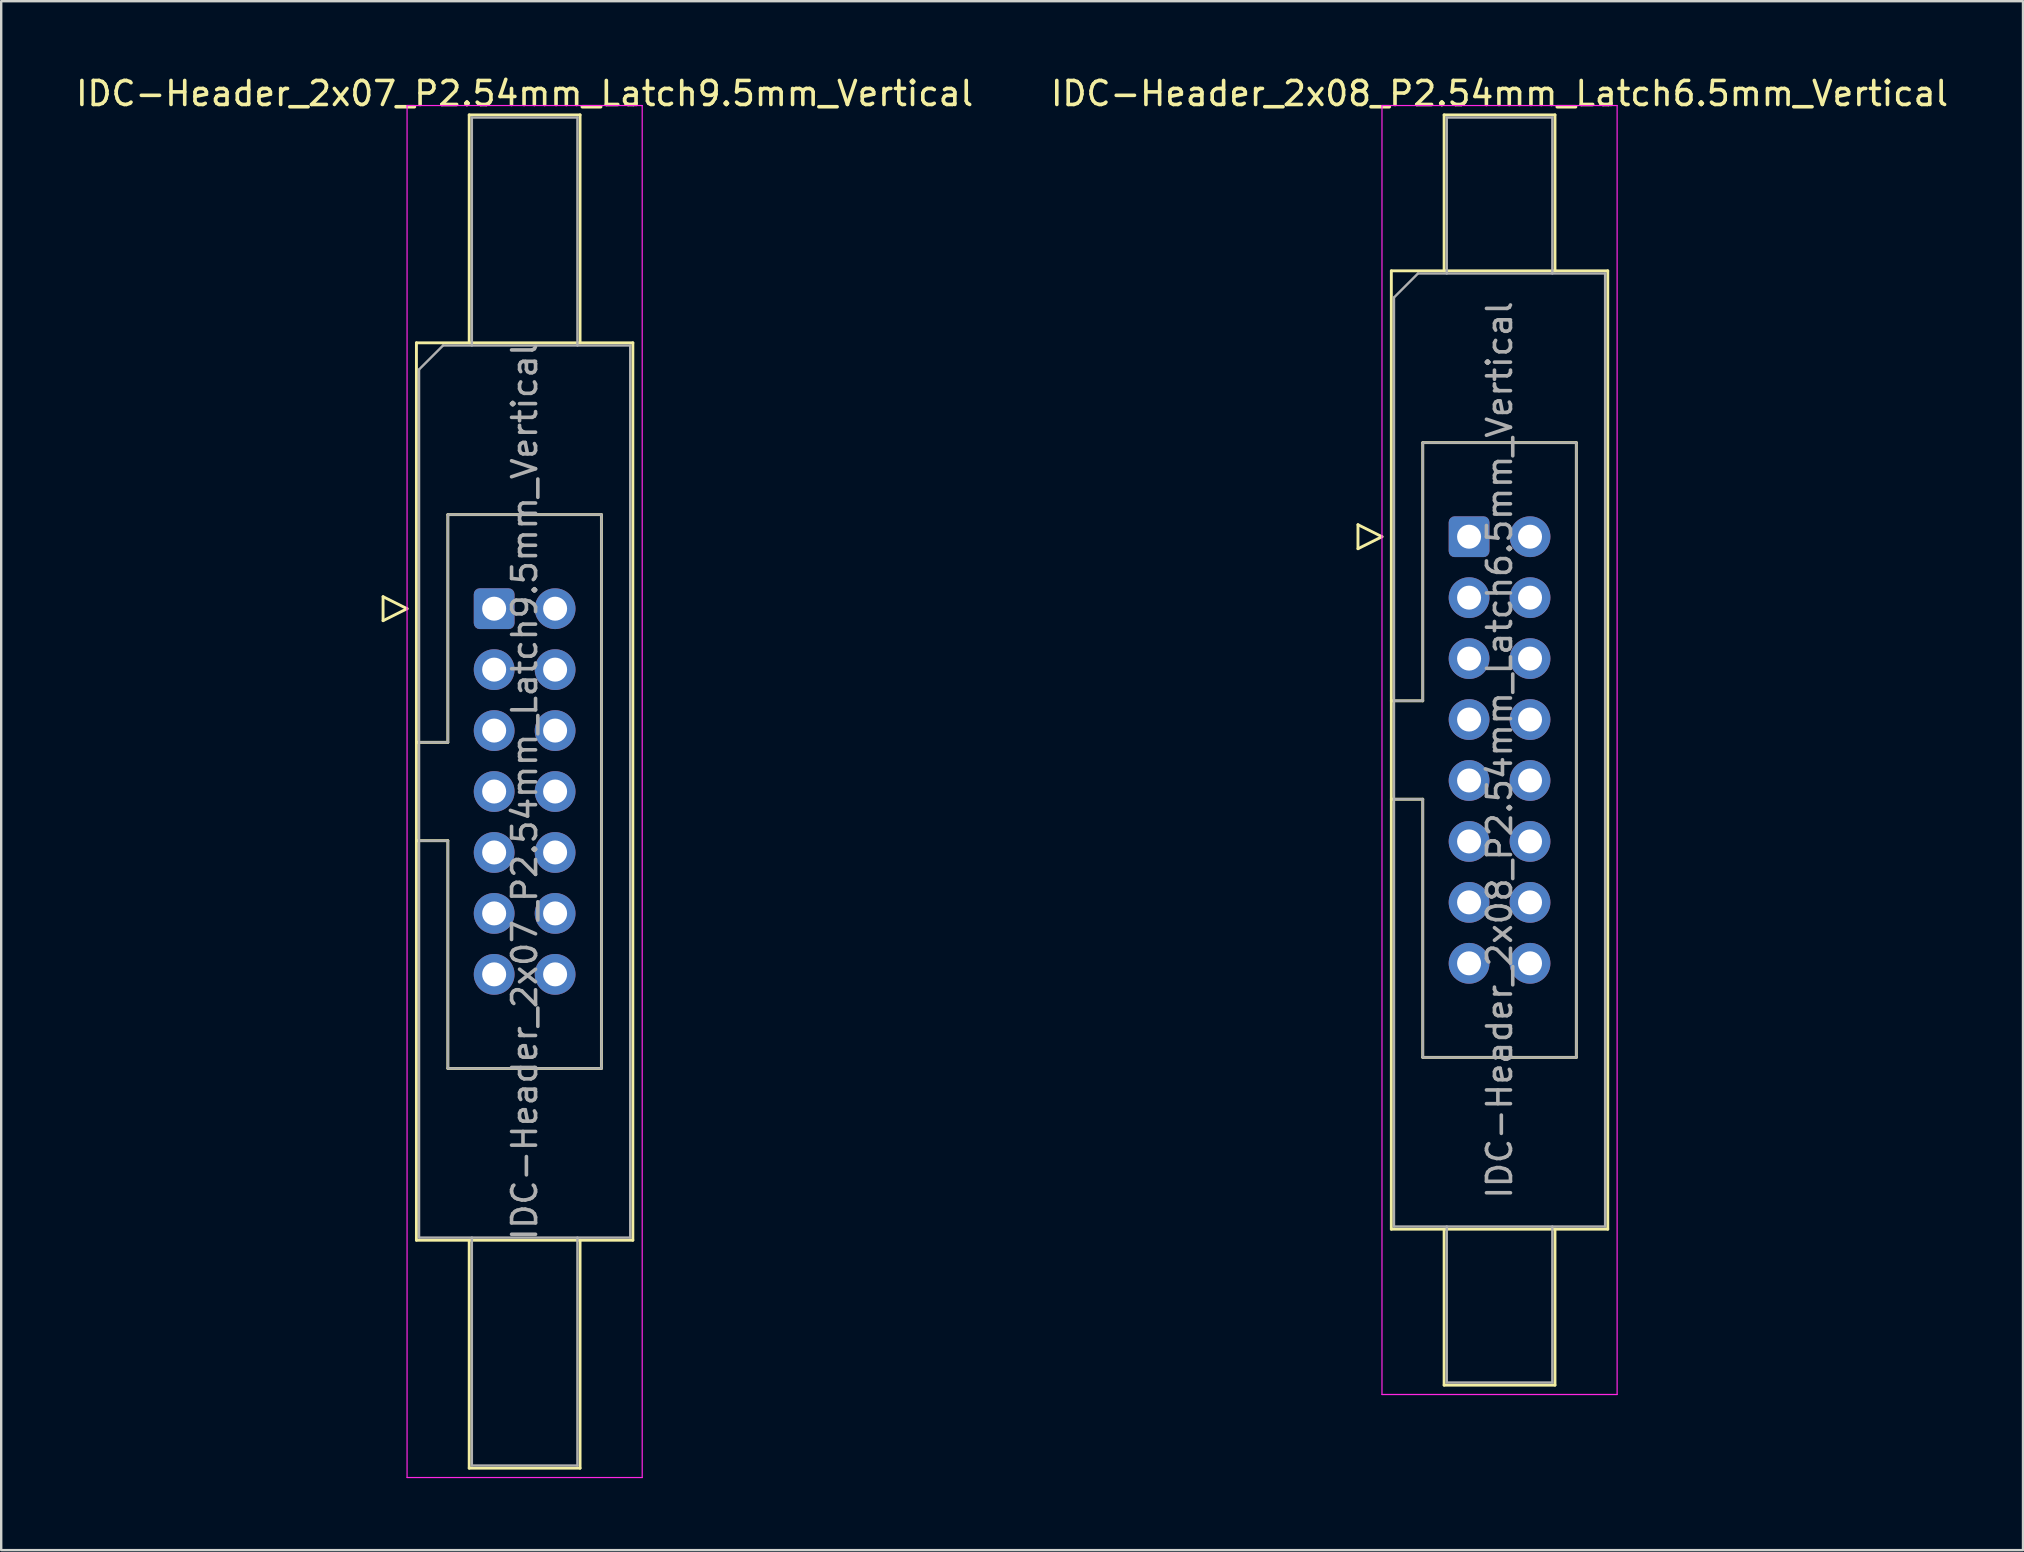
<source format=kicad_pcb>
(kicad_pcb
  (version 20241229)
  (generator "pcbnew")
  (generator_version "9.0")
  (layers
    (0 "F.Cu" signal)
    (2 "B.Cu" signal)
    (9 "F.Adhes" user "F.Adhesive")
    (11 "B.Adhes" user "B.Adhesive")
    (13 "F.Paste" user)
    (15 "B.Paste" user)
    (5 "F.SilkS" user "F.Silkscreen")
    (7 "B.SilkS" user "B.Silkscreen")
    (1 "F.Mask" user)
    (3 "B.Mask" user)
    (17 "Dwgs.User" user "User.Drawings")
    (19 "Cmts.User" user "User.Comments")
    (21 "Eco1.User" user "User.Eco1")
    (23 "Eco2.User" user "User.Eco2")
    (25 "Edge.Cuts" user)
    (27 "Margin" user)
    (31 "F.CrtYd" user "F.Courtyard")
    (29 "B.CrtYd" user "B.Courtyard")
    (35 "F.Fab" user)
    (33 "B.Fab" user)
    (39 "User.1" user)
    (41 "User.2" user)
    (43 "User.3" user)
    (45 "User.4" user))
  (footprint "IDC-Header_2x08_P2.54mm_Latch6.5mm_Vertical"
    (layer "F.Cu")
    (at 58.176 19.318)
    (property "Reference" "IDC-Header_2x08_P2.54mm_Latch6.5mm_Vertical" (at 1.27 -18.47 0) (layer "F.SilkS") (effects (font (size 1 1) (thickness 0.15))))
    (attr through_hole)
    (fp_line (start -4.63 -0.5) (end -4.63 0.5) (stroke (width 0.12) (type solid)) (layer "F.SilkS"))
    (fp_line (start -4.63 0.5) (end -3.63 0) (stroke (width 0.12) (type solid)) (layer "F.SilkS"))
    (fp_line (start -3.63 0) (end -4.63 -0.5) (stroke (width 0.12) (type solid)) (layer "F.SilkS"))
    (fp_line (start -3.24 -11.08) (end 5.78 -11.08) (stroke (width 0.12) (type solid)) (layer "F.SilkS"))
    (fp_line (start -3.24 6.84) (end -1.93 6.84) (stroke (width 0.12) (type solid)) (layer "F.SilkS"))
    (fp_line (start -3.24 28.86) (end -3.24 -11.08) (stroke (width 0.12) (type solid)) (layer "F.SilkS"))
    (fp_line (start -1.93 -3.92) (end 4.47 -3.92) (stroke (width 0.12) (type solid)) (layer "F.SilkS"))
    (fp_line (start -1.93 6.84) (end -1.93 -3.92) (stroke (width 0.12) (type solid)) (layer "F.SilkS"))
    (fp_line (start -1.93 10.94) (end -3.24 10.94) (stroke (width 0.12) (type solid)) (layer "F.SilkS"))
    (fp_line (start -1.93 21.7) (end -1.93 10.94) (stroke (width 0.12) (type solid)) (layer "F.SilkS"))
    (fp_line (start -1.04 -17.58) (end 3.58 -17.58) (stroke (width 0.12) (type solid)) (layer "F.SilkS"))
    (fp_line (start -1.04 -11.08) (end -1.04 -17.58) (stroke (width 0.12) (type solid)) (layer "F.SilkS"))
    (fp_line (start -1.04 28.86) (end -1.04 35.36) (stroke (width 0.12) (type solid)) (layer "F.SilkS"))
    (fp_line (start -1.04 35.36) (end 3.58 35.36) (stroke (width 0.12) (type solid)) (layer "F.SilkS"))
    (fp_line (start 3.58 -17.58) (end 3.58 -11.08) (stroke (width 0.12) (type solid)) (layer "F.SilkS"))
    (fp_line (start 3.58 35.36) (end 3.58 28.86) (stroke (width 0.12) (type solid)) (layer "F.SilkS"))
    (fp_line (start 4.47 -3.92) (end 4.47 21.7) (stroke (width 0.12) (type solid)) (layer "F.SilkS"))
    (fp_line (start 4.47 21.7) (end -1.93 21.7) (stroke (width 0.12) (type solid)) (layer "F.SilkS"))
    (fp_line (start 5.78 -11.08) (end 5.78 28.86) (stroke (width 0.12) (type solid)) (layer "F.SilkS"))
    (fp_line (start 5.78 28.86) (end -3.24 28.86) (stroke (width 0.12) (type solid)) (layer "F.SilkS"))
    (fp_line (start -3.63 -17.97) (end -3.63 35.75) (stroke (width 0.05) (type solid)) (layer "F.CrtYd"))
    (fp_line (start -3.63 35.75) (end 6.17 35.75) (stroke (width 0.05) (type solid)) (layer "F.CrtYd"))
    (fp_line (start 6.17 -17.97) (end -3.63 -17.97) (stroke (width 0.05) (type solid)) (layer "F.CrtYd"))
    (fp_line (start 6.17 35.75) (end 6.17 -17.97) (stroke (width 0.05) (type solid)) (layer "F.CrtYd"))
    (fp_line (start -3.13 -9.97) (end -2.13 -10.97) (stroke (width 0.1) (type solid)) (layer "F.Fab"))
    (fp_line (start -3.13 6.84) (end -1.93 6.84) (stroke (width 0.1) (type solid)) (layer "F.Fab"))
    (fp_line (start -3.13 28.75) (end -3.13 -9.97) (stroke (width 0.1) (type solid)) (layer "F.Fab"))
    (fp_line (start -2.13 -10.97) (end 5.67 -10.97) (stroke (width 0.1) (type solid)) (layer "F.Fab"))
    (fp_line (start -1.93 -3.92) (end 4.47 -3.92) (stroke (width 0.1) (type solid)) (layer "F.Fab"))
    (fp_line (start -1.93 6.84) (end -1.93 -3.92) (stroke (width 0.1) (type solid)) (layer "F.Fab"))
    (fp_line (start -1.93 10.94) (end -3.13 10.94) (stroke (width 0.1) (type solid)) (layer "F.Fab"))
    (fp_line (start -1.93 21.7) (end -1.93 10.94) (stroke (width 0.1) (type solid)) (layer "F.Fab"))
    (fp_line (start -0.93 -17.47) (end 3.47 -17.47) (stroke (width 0.1) (type solid)) (layer "F.Fab"))
    (fp_line (start -0.93 -10.97) (end -0.93 -17.47) (stroke (width 0.1) (type solid)) (layer "F.Fab"))
    (fp_line (start -0.93 28.75) (end -0.93 35.25) (stroke (width 0.1) (type solid)) (layer "F.Fab"))
    (fp_line (start -0.93 35.25) (end 3.47 35.25) (stroke (width 0.1) (type solid)) (layer "F.Fab"))
    (fp_line (start 3.47 -17.47) (end 3.47 -10.97) (stroke (width 0.1) (type solid)) (layer "F.Fab"))
    (fp_line (start 3.47 35.25) (end 3.47 28.75) (stroke (width 0.1) (type solid)) (layer "F.Fab"))
    (fp_line (start 4.47 -3.92) (end 4.47 21.7) (stroke (width 0.1) (type solid)) (layer "F.Fab"))
    (fp_line (start 4.47 21.7) (end -1.93 21.7) (stroke (width 0.1) (type solid)) (layer "F.Fab"))
    (fp_line (start 5.67 -10.97) (end 5.67 28.75) (stroke (width 0.1) (type solid)) (layer "F.Fab"))
    (fp_line (start 5.67 28.75) (end -3.13 28.75) (stroke (width 0.1) (type solid)) (layer "F.Fab"))
    (fp_text user "${REFERENCE}" (at 1.27 8.89 90) (layer "F.Fab") (effects (font (size 1 1) (thickness 0.15))))
    (pad "1" thru_hole roundrect (at 0 0) (size 1.7 1.7) (drill 1) (layers "*.Cu" "*.Mask") (roundrect_rratio 0.147))
    (pad "2" thru_hole circle (at 2.54 0) (size 1.7 1.7) (drill 1) (layers "*.Cu" "*.Mask"))
    (pad "3" thru_hole circle (at 0 2.54) (size 1.7 1.7) (drill 1) (layers "*.Cu" "*.Mask"))
    (pad "4" thru_hole circle (at 2.54 2.54) (size 1.7 1.7) (drill 1) (layers "*.Cu" "*.Mask"))
    (pad "5" thru_hole circle (at 0 5.08) (size 1.7 1.7) (drill 1) (layers "*.Cu" "*.Mask"))
    (pad "6" thru_hole circle (at 2.54 5.08) (size 1.7 1.7) (drill 1) (layers "*.Cu" "*.Mask"))
    (pad "7" thru_hole circle (at 0 7.62) (size 1.7 1.7) (drill 1) (layers "*.Cu" "*.Mask"))
    (pad "8" thru_hole circle (at 2.54 7.62) (size 1.7 1.7) (drill 1) (layers "*.Cu" "*.Mask"))
    (pad "9" thru_hole circle (at 0 10.16) (size 1.7 1.7) (drill 1) (layers "*.Cu" "*.Mask"))
    (pad "10" thru_hole circle (at 2.54 10.16) (size 1.7 1.7) (drill 1) (layers "*.Cu" "*.Mask"))
    (pad "11" thru_hole circle (at 0 12.7) (size 1.7 1.7) (drill 1) (layers "*.Cu" "*.Mask"))
    (pad "12" thru_hole circle (at 2.54 12.7) (size 1.7 1.7) (drill 1) (layers "*.Cu" "*.Mask"))
    (pad "13" thru_hole circle (at 0 15.24) (size 1.7 1.7) (drill 1) (layers "*.Cu" "*.Mask"))
    (pad "14" thru_hole circle (at 2.54 15.24) (size 1.7 1.7) (drill 1) (layers "*.Cu" "*.Mask"))
    (pad "15" thru_hole circle (at 0 17.78) (size 1.7 1.7) (drill 1) (layers "*.Cu" "*.Mask"))
    (pad "16" thru_hole circle (at 2.54 17.78) (size 1.7 1.7) (drill 1) (layers "*.Cu" "*.Mask")))
  (footprint "IDC-Header_2x07_P2.54mm_Latch9.5mm_Vertical"
    (layer "F.Cu")
    (at 17.545 22.318)
    (property "Reference" "IDC-Header_2x07_P2.54mm_Latch9.5mm_Vertical" (at 1.27 -21.47 0) (layer "F.SilkS") (effects (font (size 1 1) (thickness 0.15))))
    (attr through_hole)
    (fp_line (start -4.63 -0.5) (end -4.63 0.5) (stroke (width 0.12) (type solid)) (layer "F.SilkS"))
    (fp_line (start -4.63 0.5) (end -3.63 0) (stroke (width 0.12) (type solid)) (layer "F.SilkS"))
    (fp_line (start -3.63 0) (end -4.63 -0.5) (stroke (width 0.12) (type solid)) (layer "F.SilkS"))
    (fp_line (start -3.24 -11.08) (end 5.78 -11.08) (stroke (width 0.12) (type solid)) (layer "F.SilkS"))
    (fp_line (start -3.24 5.57) (end -1.93 5.57) (stroke (width 0.12) (type solid)) (layer "F.SilkS"))
    (fp_line (start -3.24 26.32) (end -3.24 -11.08) (stroke (width 0.12) (type solid)) (layer "F.SilkS"))
    (fp_line (start -1.93 -3.92) (end 4.47 -3.92) (stroke (width 0.12) (type solid)) (layer "F.SilkS"))
    (fp_line (start -1.93 5.57) (end -1.93 -3.92) (stroke (width 0.12) (type solid)) (layer "F.SilkS"))
    (fp_line (start -1.93 9.67) (end -3.24 9.67) (stroke (width 0.12) (type solid)) (layer "F.SilkS"))
    (fp_line (start -1.93 19.16) (end -1.93 9.67) (stroke (width 0.12) (type solid)) (layer "F.SilkS"))
    (fp_line (start -1.04 -20.58) (end 3.58 -20.58) (stroke (width 0.12) (type solid)) (layer "F.SilkS"))
    (fp_line (start -1.04 -11.08) (end -1.04 -20.58) (stroke (width 0.12) (type solid)) (layer "F.SilkS"))
    (fp_line (start -1.04 26.32) (end -1.04 35.82) (stroke (width 0.12) (type solid)) (layer "F.SilkS"))
    (fp_line (start -1.04 35.82) (end 3.58 35.82) (stroke (width 0.12) (type solid)) (layer "F.SilkS"))
    (fp_line (start 3.58 -20.58) (end 3.58 -11.08) (stroke (width 0.12) (type solid)) (layer "F.SilkS"))
    (fp_line (start 3.58 35.82) (end 3.58 26.32) (stroke (width 0.12) (type solid)) (layer "F.SilkS"))
    (fp_line (start 4.47 -3.92) (end 4.47 19.16) (stroke (width 0.12) (type solid)) (layer "F.SilkS"))
    (fp_line (start 4.47 19.16) (end -1.93 19.16) (stroke (width 0.12) (type solid)) (layer "F.SilkS"))
    (fp_line (start 5.78 -11.08) (end 5.78 26.32) (stroke (width 0.12) (type solid)) (layer "F.SilkS"))
    (fp_line (start 5.78 26.32) (end -3.24 26.32) (stroke (width 0.12) (type solid)) (layer "F.SilkS"))
    (fp_line (start -3.63 -20.97) (end -3.63 36.21) (stroke (width 0.05) (type solid)) (layer "F.CrtYd"))
    (fp_line (start -3.63 36.21) (end 6.17 36.21) (stroke (width 0.05) (type solid)) (layer "F.CrtYd"))
    (fp_line (start 6.17 -20.97) (end -3.63 -20.97) (stroke (width 0.05) (type solid)) (layer "F.CrtYd"))
    (fp_line (start 6.17 36.21) (end 6.17 -20.97) (stroke (width 0.05) (type solid)) (layer "F.CrtYd"))
    (fp_line (start -3.13 -9.97) (end -2.13 -10.97) (stroke (width 0.1) (type solid)) (layer "F.Fab"))
    (fp_line (start -3.13 5.57) (end -1.93 5.57) (stroke (width 0.1) (type solid)) (layer "F.Fab"))
    (fp_line (start -3.13 26.21) (end -3.13 -9.97) (stroke (width 0.1) (type solid)) (layer "F.Fab"))
    (fp_line (start -2.13 -10.97) (end 5.67 -10.97) (stroke (width 0.1) (type solid)) (layer "F.Fab"))
    (fp_line (start -1.93 -3.92) (end 4.47 -3.92) (stroke (width 0.1) (type solid)) (layer "F.Fab"))
    (fp_line (start -1.93 5.57) (end -1.93 -3.92) (stroke (width 0.1) (type solid)) (layer "F.Fab"))
    (fp_line (start -1.93 9.67) (end -3.13 9.67) (stroke (width 0.1) (type solid)) (layer "F.Fab"))
    (fp_line (start -1.93 19.16) (end -1.93 9.67) (stroke (width 0.1) (type solid)) (layer "F.Fab"))
    (fp_line (start -0.93 -20.47) (end 3.47 -20.47) (stroke (width 0.1) (type solid)) (layer "F.Fab"))
    (fp_line (start -0.93 -10.97) (end -0.93 -20.47) (stroke (width 0.1) (type solid)) (layer "F.Fab"))
    (fp_line (start -0.93 26.21) (end -0.93 35.71) (stroke (width 0.1) (type solid)) (layer "F.Fab"))
    (fp_line (start -0.93 35.71) (end 3.47 35.71) (stroke (width 0.1) (type solid)) (layer "F.Fab"))
    (fp_line (start 3.47 -20.47) (end 3.47 -10.97) (stroke (width 0.1) (type solid)) (layer "F.Fab"))
    (fp_line (start 3.47 35.71) (end 3.47 26.21) (stroke (width 0.1) (type solid)) (layer "F.Fab"))
    (fp_line (start 4.47 -3.92) (end 4.47 19.16) (stroke (width 0.1) (type solid)) (layer "F.Fab"))
    (fp_line (start 4.47 19.16) (end -1.93 19.16) (stroke (width 0.1) (type solid)) (layer "F.Fab"))
    (fp_line (start 5.67 -10.97) (end 5.67 26.21) (stroke (width 0.1) (type solid)) (layer "F.Fab"))
    (fp_line (start 5.67 26.21) (end -3.13 26.21) (stroke (width 0.1) (type solid)) (layer "F.Fab"))
    (fp_text user "${REFERENCE}" (at 1.27 7.62 90) (layer "F.Fab") (effects (font (size 1 1) (thickness 0.15))))
    (pad "1" thru_hole roundrect (at 0 0) (size 1.7 1.7) (drill 1) (layers "*.Cu" "*.Mask") (roundrect_rratio 0.147))
    (pad "2" thru_hole circle (at 2.54 0) (size 1.7 1.7) (drill 1) (layers "*.Cu" "*.Mask"))
    (pad "3" thru_hole circle (at 0 2.54) (size 1.7 1.7) (drill 1) (layers "*.Cu" "*.Mask"))
    (pad "4" thru_hole circle (at 2.54 2.54) (size 1.7 1.7) (drill 1) (layers "*.Cu" "*.Mask"))
    (pad "5" thru_hole circle (at 0 5.08) (size 1.7 1.7) (drill 1) (layers "*.Cu" "*.Mask"))
    (pad "6" thru_hole circle (at 2.54 5.08) (size 1.7 1.7) (drill 1) (layers "*.Cu" "*.Mask"))
    (pad "7" thru_hole circle (at 0 7.62) (size 1.7 1.7) (drill 1) (layers "*.Cu" "*.Mask"))
    (pad "8" thru_hole circle (at 2.54 7.62) (size 1.7 1.7) (drill 1) (layers "*.Cu" "*.Mask"))
    (pad "9" thru_hole circle (at 0 10.16) (size 1.7 1.7) (drill 1) (layers "*.Cu" "*.Mask"))
    (pad "10" thru_hole circle (at 2.54 10.16) (size 1.7 1.7) (drill 1) (layers "*.Cu" "*.Mask"))
    (pad "11" thru_hole circle (at 0 12.7) (size 1.7 1.7) (drill 1) (layers "*.Cu" "*.Mask"))
    (pad "12" thru_hole circle (at 2.54 12.7) (size 1.7 1.7) (drill 1) (layers "*.Cu" "*.Mask"))
    (pad "13" thru_hole circle (at 0 15.24) (size 1.7 1.7) (drill 1) (layers "*.Cu" "*.Mask"))
    (pad "14" thru_hole circle (at 2.54 15.24) (size 1.7 1.7) (drill 1) (layers "*.Cu" "*.Mask")))
  (gr_rect
    (start -3 -3)
    (end 81.262 61.553)
    (stroke (width 0.1) (type default))
    (fill no)
    (layer "Edge.Cuts")))
</source>
